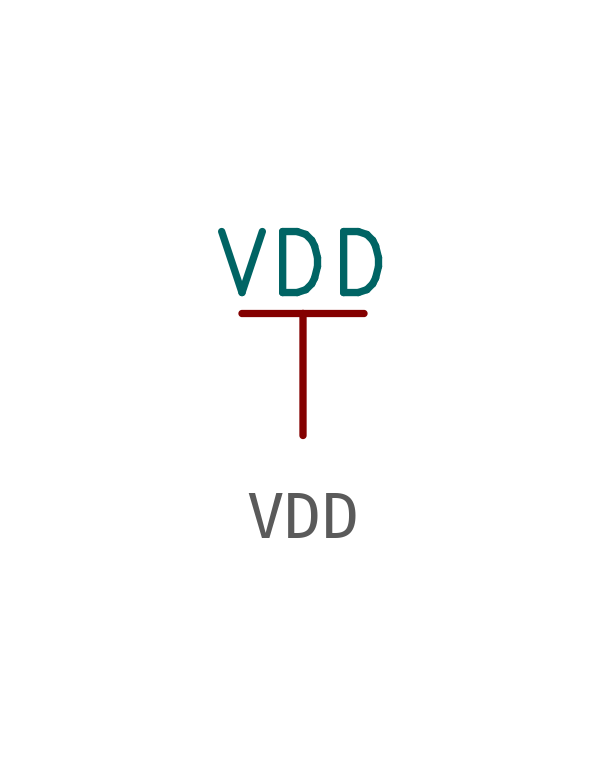
<source format=kicad_sym>
(kicad_symbol_lib
  (version 20231120)
  (generator "kicad_symbol_editor")
  (generator_version "8.0")
  (symbol "VDD"
    (power)
    (pin_names
      (offset 0))
    (property "Reference" "#PWR"
      (at 0 -3.81 0)
      (effects (font (size 1.27 1.27)) (hide yes)))
    (property "Value" "VDD"
      (at 0 3.556 0)
      (effects (font (size 1.27 1.27))))
    (symbol "VDD_0_1"
      (polyline (pts (xy -1.27 2.54) (xy 0 2.54)) (stroke (width 0) (type default)) (fill (type none)))
      (polyline (pts (xy 0 0) (xy 0 2.54)) (stroke (width 0) (type default)) (fill (type none)))
      (polyline (pts (xy 0 2.54) (xy 1.27 2.54)) (stroke (width 0) (type default)) (fill (type none))))
    (symbol "VDD_1_1"
      (pin power_in line (at 0 0 90) (length 0) hide (name "+5VRef" (effects (font (size 1.27 1.27)))) (number "1" (effects (font (size 1.27 1.27))))))))
</source>
